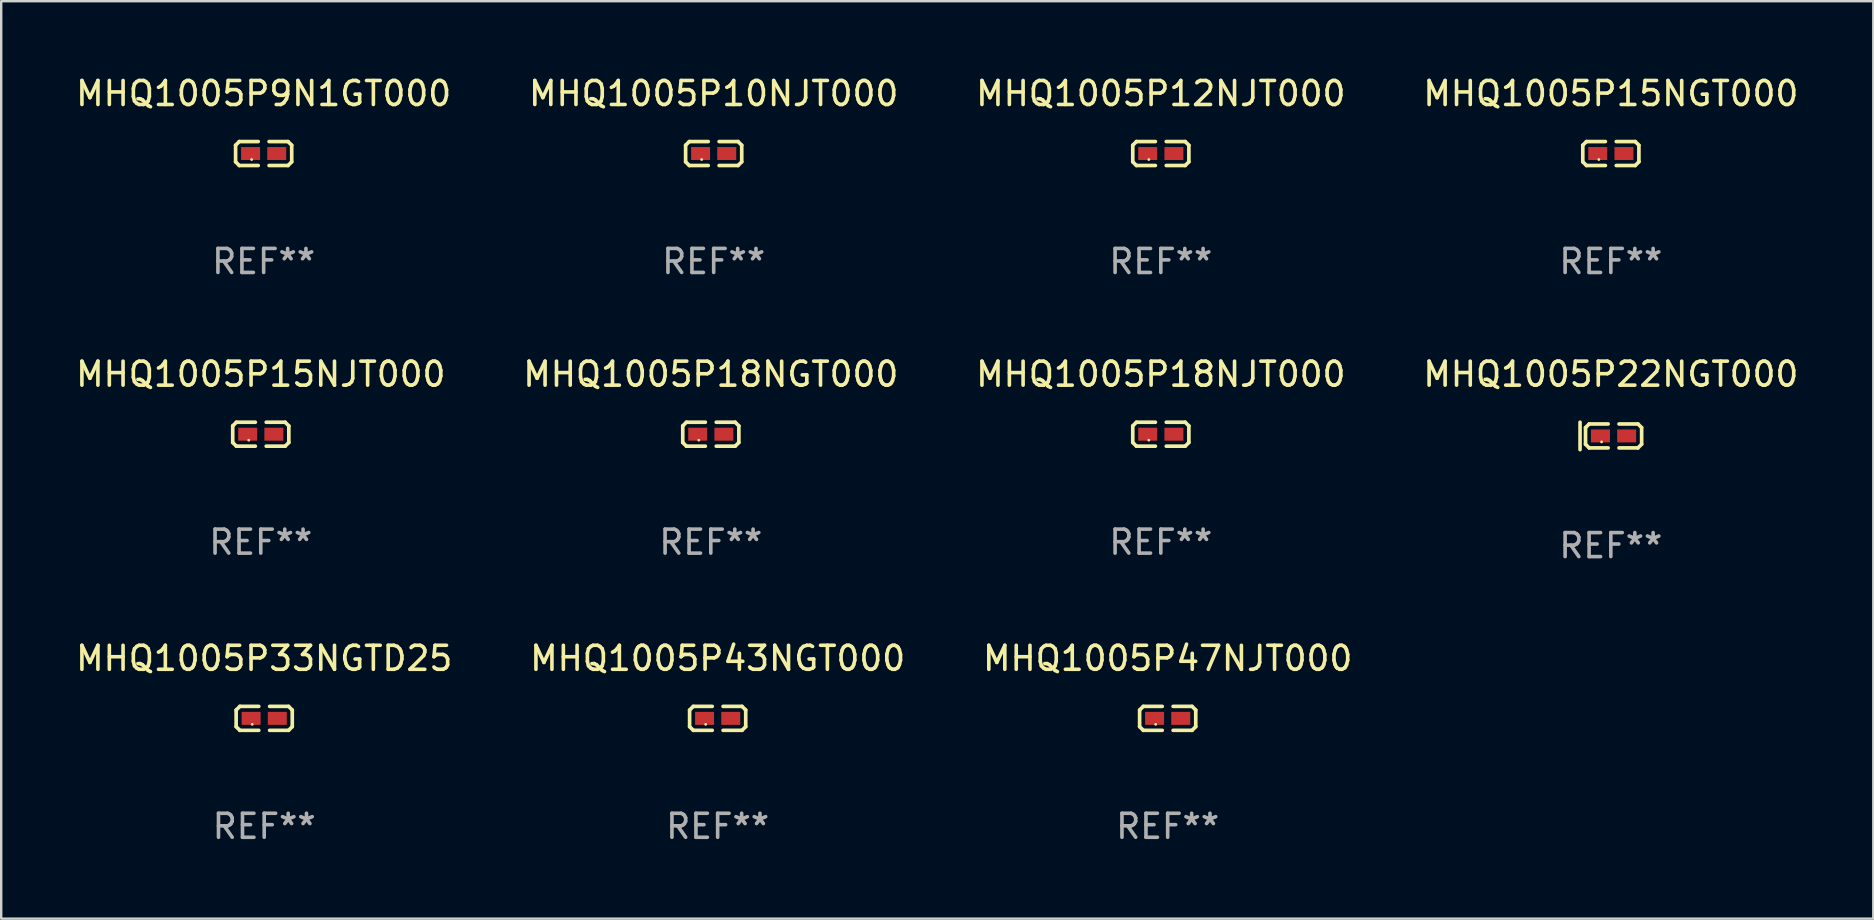
<source format=kicad_pcb>
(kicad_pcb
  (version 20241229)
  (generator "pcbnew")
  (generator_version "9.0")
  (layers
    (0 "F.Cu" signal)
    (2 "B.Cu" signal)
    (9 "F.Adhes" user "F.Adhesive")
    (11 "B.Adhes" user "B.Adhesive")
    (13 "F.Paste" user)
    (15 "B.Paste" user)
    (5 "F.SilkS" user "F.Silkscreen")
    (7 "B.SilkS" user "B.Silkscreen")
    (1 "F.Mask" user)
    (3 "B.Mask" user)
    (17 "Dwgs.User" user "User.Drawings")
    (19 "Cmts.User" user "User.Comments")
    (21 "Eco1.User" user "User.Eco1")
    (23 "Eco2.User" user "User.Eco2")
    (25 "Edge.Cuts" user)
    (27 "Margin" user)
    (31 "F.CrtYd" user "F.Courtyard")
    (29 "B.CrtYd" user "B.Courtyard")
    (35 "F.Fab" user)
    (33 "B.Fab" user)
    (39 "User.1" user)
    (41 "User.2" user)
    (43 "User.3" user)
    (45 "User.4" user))
  (footprint "MHQ1005P12NJT000"
    (layer "F.Cu")
    (at 45.315 3.347)
    (property "Reference" "MHQ1005P12NJT000" (at 0 -2.499 0) (layer "F.SilkS") (effects (font (size 1 1) (thickness 0.15))))
    (attr through_hole)
    (fp_line (start -1.169 -0.346) (end -1.016 -0.499) (stroke (width 0.152) (type solid)) (layer "F.SilkS"))
    (fp_line (start -1.169 0.346) (end -1.169 -0.346) (stroke (width 0.152) (type solid)) (layer "F.SilkS"))
    (fp_line (start -1.016 -0.499) (end -0.226 -0.499) (stroke (width 0.152) (type solid)) (layer "F.SilkS"))
    (fp_line (start -1.016 0.499) (end -1.169 0.346) (stroke (width 0.152) (type solid)) (layer "F.SilkS"))
    (fp_line (start -0.226 0.499) (end -1.016 0.499) (stroke (width 0.152) (type solid)) (layer "F.SilkS"))
    (fp_line (start 0.226 0.499) (end 1.016 0.499) (stroke (width 0.152) (type solid)) (layer "F.SilkS"))
    (fp_line (start 1.016 -0.499) (end 0.226 -0.499) (stroke (width 0.152) (type solid)) (layer "F.SilkS"))
    (fp_line (start 1.016 0.499) (end 1.169 0.346) (stroke (width 0.152) (type solid)) (layer "F.SilkS"))
    (fp_line (start 1.169 -0.346) (end 1.016 -0.499) (stroke (width 0.152) (type solid)) (layer "F.SilkS"))
    (fp_line (start 1.169 0.346) (end 1.169 -0.346) (stroke (width 0.152) (type solid)) (layer "F.SilkS"))
    (fp_circle (center -0.5 0.25) (end -0.47 0.25) (stroke (width 0.06) (type solid)) (fill no) (layer "F.SilkS"))
    (fp_text user "REF**" (at 0 4.499 0) (layer "F.Fab") (effects (font (size 1 1) (thickness 0.15))))
    (pad "1" smd rect (at -0.545 0) (size 0.79 0.54) (layers "F.Cu" "F.Mask" "F.Paste"))
    (pad "2" smd rect (at 0.545 0) (size 0.79 0.54) (layers "F.Cu" "F.Mask" "F.Paste")))
  (footprint "MHQ1005P10NJT000"
    (layer "F.Cu")
    (at 26.685 3.347)
    (property "Reference" "MHQ1005P10NJT000" (at 0 -2.499 0) (layer "F.SilkS") (effects (font (size 1 1) (thickness 0.15))))
    (attr through_hole)
    (fp_line (start -1.169 -0.346) (end -1.016 -0.499) (stroke (width 0.152) (type solid)) (layer "F.SilkS"))
    (fp_line (start -1.169 0.346) (end -1.169 -0.346) (stroke (width 0.152) (type solid)) (layer "F.SilkS"))
    (fp_line (start -1.016 -0.499) (end -0.226 -0.499) (stroke (width 0.152) (type solid)) (layer "F.SilkS"))
    (fp_line (start -1.016 0.499) (end -1.169 0.346) (stroke (width 0.152) (type solid)) (layer "F.SilkS"))
    (fp_line (start -0.226 0.499) (end -1.016 0.499) (stroke (width 0.152) (type solid)) (layer "F.SilkS"))
    (fp_line (start 0.226 0.499) (end 1.016 0.499) (stroke (width 0.152) (type solid)) (layer "F.SilkS"))
    (fp_line (start 1.016 -0.499) (end 0.226 -0.499) (stroke (width 0.152) (type solid)) (layer "F.SilkS"))
    (fp_line (start 1.016 0.499) (end 1.169 0.346) (stroke (width 0.152) (type solid)) (layer "F.SilkS"))
    (fp_line (start 1.169 -0.346) (end 1.016 -0.499) (stroke (width 0.152) (type solid)) (layer "F.SilkS"))
    (fp_line (start 1.169 0.346) (end 1.169 -0.346) (stroke (width 0.152) (type solid)) (layer "F.SilkS"))
    (fp_circle (center -0.5 0.25) (end -0.47 0.25) (stroke (width 0.06) (type solid)) (fill no) (layer "F.SilkS"))
    (fp_text user "REF**" (at 0 4.499 0) (layer "F.Fab") (effects (font (size 1 1) (thickness 0.15))))
    (pad "1" smd rect (at -0.545 0) (size 0.79 0.54) (layers "F.Cu" "F.Mask" "F.Paste"))
    (pad "2" smd rect (at 0.545 0) (size 0.79 0.54) (layers "F.Cu" "F.Mask" "F.Paste")))
  (footprint "MHQ1005P47NJT000"
    (layer "F.Cu")
    (at 45.601 26.88)
    (property "Reference" "MHQ1005P47NJT000" (at 0 -2.499 0) (layer "F.SilkS") (effects (font (size 1 1) (thickness 0.15))))
    (attr through_hole)
    (fp_line (start -1.169 -0.346) (end -1.016 -0.499) (stroke (width 0.152) (type solid)) (layer "F.SilkS"))
    (fp_line (start -1.169 0.346) (end -1.169 -0.346) (stroke (width 0.152) (type solid)) (layer "F.SilkS"))
    (fp_line (start -1.016 -0.499) (end -0.226 -0.499) (stroke (width 0.152) (type solid)) (layer "F.SilkS"))
    (fp_line (start -1.016 0.499) (end -1.169 0.346) (stroke (width 0.152) (type solid)) (layer "F.SilkS"))
    (fp_line (start -0.226 0.499) (end -1.016 0.499) (stroke (width 0.152) (type solid)) (layer "F.SilkS"))
    (fp_line (start 0.226 0.499) (end 1.016 0.499) (stroke (width 0.152) (type solid)) (layer "F.SilkS"))
    (fp_line (start 1.016 -0.499) (end 0.226 -0.499) (stroke (width 0.152) (type solid)) (layer "F.SilkS"))
    (fp_line (start 1.016 0.499) (end 1.169 0.346) (stroke (width 0.152) (type solid)) (layer "F.SilkS"))
    (fp_line (start 1.169 -0.346) (end 1.016 -0.499) (stroke (width 0.152) (type solid)) (layer "F.SilkS"))
    (fp_line (start 1.169 0.346) (end 1.169 -0.346) (stroke (width 0.152) (type solid)) (layer "F.SilkS"))
    (fp_circle (center -0.5 0.25) (end -0.47 0.25) (stroke (width 0.06) (type solid)) (fill no) (layer "F.SilkS"))
    (fp_text user "REF**" (at 0 4.499 0) (layer "F.Fab") (effects (font (size 1 1) (thickness 0.15))))
    (pad "1" smd rect (at -0.545 0) (size 0.79 0.54) (layers "F.Cu" "F.Mask" "F.Paste"))
    (pad "2" smd rect (at 0.545 0) (size 0.79 0.54) (layers "F.Cu" "F.Mask" "F.Paste")))
  (footprint "MHQ1005P18NJT000"
    (layer "F.Cu")
    (at 45.315 15.041)
    (property "Reference" "MHQ1005P18NJT000" (at 0 -2.499 0) (layer "F.SilkS") (effects (font (size 1 1) (thickness 0.15))))
    (attr through_hole)
    (fp_line (start -1.169 -0.346) (end -1.016 -0.499) (stroke (width 0.152) (type solid)) (layer "F.SilkS"))
    (fp_line (start -1.169 0.346) (end -1.169 -0.346) (stroke (width 0.152) (type solid)) (layer "F.SilkS"))
    (fp_line (start -1.016 -0.499) (end -0.226 -0.499) (stroke (width 0.152) (type solid)) (layer "F.SilkS"))
    (fp_line (start -1.016 0.499) (end -1.169 0.346) (stroke (width 0.152) (type solid)) (layer "F.SilkS"))
    (fp_line (start -0.226 0.499) (end -1.016 0.499) (stroke (width 0.152) (type solid)) (layer "F.SilkS"))
    (fp_line (start 0.226 0.499) (end 1.016 0.499) (stroke (width 0.152) (type solid)) (layer "F.SilkS"))
    (fp_line (start 1.016 -0.499) (end 0.226 -0.499) (stroke (width 0.152) (type solid)) (layer "F.SilkS"))
    (fp_line (start 1.016 0.499) (end 1.169 0.346) (stroke (width 0.152) (type solid)) (layer "F.SilkS"))
    (fp_line (start 1.169 -0.346) (end 1.016 -0.499) (stroke (width 0.152) (type solid)) (layer "F.SilkS"))
    (fp_line (start 1.169 0.346) (end 1.169 -0.346) (stroke (width 0.152) (type solid)) (layer "F.SilkS"))
    (fp_circle (center -0.5 0.25) (end -0.47 0.25) (stroke (width 0.06) (type solid)) (fill no) (layer "F.SilkS"))
    (fp_text user "REF**" (at 0 4.499 0) (layer "F.Fab") (effects (font (size 1 1) (thickness 0.15))))
    (pad "1" smd rect (at -0.545 0) (size 0.79 0.54) (layers "F.Cu" "F.Mask" "F.Paste"))
    (pad "2" smd rect (at 0.545 0) (size 0.79 0.54) (layers "F.Cu" "F.Mask" "F.Paste")))
  (footprint "MHQ1005P15NJT000"
    (layer "F.Cu")
    (at 7.815 15.041)
    (property "Reference" "MHQ1005P15NJT000" (at 0 -2.499 0) (layer "F.SilkS") (effects (font (size 1 1) (thickness 0.15))))
    (attr through_hole)
    (fp_line (start -1.169 -0.346) (end -1.016 -0.499) (stroke (width 0.152) (type solid)) (layer "F.SilkS"))
    (fp_line (start -1.169 0.346) (end -1.169 -0.346) (stroke (width 0.152) (type solid)) (layer "F.SilkS"))
    (fp_line (start -1.016 -0.499) (end -0.226 -0.499) (stroke (width 0.152) (type solid)) (layer "F.SilkS"))
    (fp_line (start -1.016 0.499) (end -1.169 0.346) (stroke (width 0.152) (type solid)) (layer "F.SilkS"))
    (fp_line (start -0.226 0.499) (end -1.016 0.499) (stroke (width 0.152) (type solid)) (layer "F.SilkS"))
    (fp_line (start 0.226 0.499) (end 1.016 0.499) (stroke (width 0.152) (type solid)) (layer "F.SilkS"))
    (fp_line (start 1.016 -0.499) (end 0.226 -0.499) (stroke (width 0.152) (type solid)) (layer "F.SilkS"))
    (fp_line (start 1.016 0.499) (end 1.169 0.346) (stroke (width 0.152) (type solid)) (layer "F.SilkS"))
    (fp_line (start 1.169 -0.346) (end 1.016 -0.499) (stroke (width 0.152) (type solid)) (layer "F.SilkS"))
    (fp_line (start 1.169 0.346) (end 1.169 -0.346) (stroke (width 0.152) (type solid)) (layer "F.SilkS"))
    (fp_circle (center -0.5 0.25) (end -0.47 0.25) (stroke (width 0.06) (type solid)) (fill no) (layer "F.SilkS"))
    (fp_text user "REF**" (at 0 4.499 0) (layer "F.Fab") (effects (font (size 1 1) (thickness 0.15))))
    (pad "1" smd rect (at -0.545 0) (size 0.79 0.54) (layers "F.Cu" "F.Mask" "F.Paste"))
    (pad "2" smd rect (at 0.545 0) (size 0.79 0.54) (layers "F.Cu" "F.Mask" "F.Paste")))
  (footprint "MHQ1005P18NGT000"
    (layer "F.Cu")
    (at 26.565 15.041)
    (property "Reference" "MHQ1005P18NGT000" (at 0 -2.499 0) (layer "F.SilkS") (effects (font (size 1 1) (thickness 0.15))))
    (attr through_hole)
    (fp_line (start -1.169 -0.346) (end -1.016 -0.499) (stroke (width 0.152) (type solid)) (layer "F.SilkS"))
    (fp_line (start -1.169 0.346) (end -1.169 -0.346) (stroke (width 0.152) (type solid)) (layer "F.SilkS"))
    (fp_line (start -1.016 -0.499) (end -0.226 -0.499) (stroke (width 0.152) (type solid)) (layer "F.SilkS"))
    (fp_line (start -1.016 0.499) (end -1.169 0.346) (stroke (width 0.152) (type solid)) (layer "F.SilkS"))
    (fp_line (start -0.226 0.499) (end -1.016 0.499) (stroke (width 0.152) (type solid)) (layer "F.SilkS"))
    (fp_line (start 0.226 0.499) (end 1.016 0.499) (stroke (width 0.152) (type solid)) (layer "F.SilkS"))
    (fp_line (start 1.016 -0.499) (end 0.226 -0.499) (stroke (width 0.152) (type solid)) (layer "F.SilkS"))
    (fp_line (start 1.016 0.499) (end 1.169 0.346) (stroke (width 0.152) (type solid)) (layer "F.SilkS"))
    (fp_line (start 1.169 -0.346) (end 1.016 -0.499) (stroke (width 0.152) (type solid)) (layer "F.SilkS"))
    (fp_line (start 1.169 0.346) (end 1.169 -0.346) (stroke (width 0.152) (type solid)) (layer "F.SilkS"))
    (fp_circle (center -0.5 0.25) (end -0.47 0.25) (stroke (width 0.06) (type solid)) (fill no) (layer "F.SilkS"))
    (fp_text user "REF**" (at 0 4.499 0) (layer "F.Fab") (effects (font (size 1 1) (thickness 0.15))))
    (pad "1" smd rect (at -0.545 0) (size 0.79 0.54) (layers "F.Cu" "F.Mask" "F.Paste"))
    (pad "2" smd rect (at 0.545 0) (size 0.79 0.54) (layers "F.Cu" "F.Mask" "F.Paste")))
  (footprint "MHQ1005P43NGT000"
    (layer "F.Cu")
    (at 26.851 26.88)
    (property "Reference" "MHQ1005P43NGT000" (at 0 -2.499 0) (layer "F.SilkS") (effects (font (size 1 1) (thickness 0.15))))
    (attr through_hole)
    (fp_line (start -1.169 -0.346) (end -1.016 -0.499) (stroke (width 0.152) (type solid)) (layer "F.SilkS"))
    (fp_line (start -1.169 0.346) (end -1.169 -0.346) (stroke (width 0.152) (type solid)) (layer "F.SilkS"))
    (fp_line (start -1.016 -0.499) (end -0.226 -0.499) (stroke (width 0.152) (type solid)) (layer "F.SilkS"))
    (fp_line (start -1.016 0.499) (end -1.169 0.346) (stroke (width 0.152) (type solid)) (layer "F.SilkS"))
    (fp_line (start -0.226 0.499) (end -1.016 0.499) (stroke (width 0.152) (type solid)) (layer "F.SilkS"))
    (fp_line (start 0.226 0.499) (end 1.016 0.499) (stroke (width 0.152) (type solid)) (layer "F.SilkS"))
    (fp_line (start 1.016 -0.499) (end 0.226 -0.499) (stroke (width 0.152) (type solid)) (layer "F.SilkS"))
    (fp_line (start 1.016 0.499) (end 1.169 0.346) (stroke (width 0.152) (type solid)) (layer "F.SilkS"))
    (fp_line (start 1.169 -0.346) (end 1.016 -0.499) (stroke (width 0.152) (type solid)) (layer "F.SilkS"))
    (fp_line (start 1.169 0.346) (end 1.169 -0.346) (stroke (width 0.152) (type solid)) (layer "F.SilkS"))
    (fp_circle (center -0.5 0.25) (end -0.47 0.25) (stroke (width 0.06) (type solid)) (fill no) (layer "F.SilkS"))
    (fp_text user "REF**" (at 0 4.499 0) (layer "F.Fab") (effects (font (size 1 1) (thickness 0.15))))
    (pad "1" smd rect (at -0.545 0) (size 0.79 0.54) (layers "F.Cu" "F.Mask" "F.Paste"))
    (pad "2" smd rect (at 0.545 0) (size 0.79 0.54) (layers "F.Cu" "F.Mask" "F.Paste")))
  (footprint "MHQ1005P33NGTD25"
    (layer "F.Cu")
    (at 7.958 26.88)
    (property "Reference" "MHQ1005P33NGTD25" (at 0 -2.499 0) (layer "F.SilkS") (effects (font (size 1 1) (thickness 0.15))))
    (attr through_hole)
    (fp_line (start -1.169 -0.346) (end -1.016 -0.499) (stroke (width 0.152) (type solid)) (layer "F.SilkS"))
    (fp_line (start -1.169 0.346) (end -1.169 -0.346) (stroke (width 0.152) (type solid)) (layer "F.SilkS"))
    (fp_line (start -1.016 -0.499) (end -0.226 -0.499) (stroke (width 0.152) (type solid)) (layer "F.SilkS"))
    (fp_line (start -1.016 0.499) (end -1.169 0.346) (stroke (width 0.152) (type solid)) (layer "F.SilkS"))
    (fp_line (start -0.226 0.499) (end -1.016 0.499) (stroke (width 0.152) (type solid)) (layer "F.SilkS"))
    (fp_line (start 0.226 0.499) (end 1.016 0.499) (stroke (width 0.152) (type solid)) (layer "F.SilkS"))
    (fp_line (start 1.016 -0.499) (end 0.226 -0.499) (stroke (width 0.152) (type solid)) (layer "F.SilkS"))
    (fp_line (start 1.016 0.499) (end 1.169 0.346) (stroke (width 0.152) (type solid)) (layer "F.SilkS"))
    (fp_line (start 1.169 -0.346) (end 1.016 -0.499) (stroke (width 0.152) (type solid)) (layer "F.SilkS"))
    (fp_line (start 1.169 0.346) (end 1.169 -0.346) (stroke (width 0.152) (type solid)) (layer "F.SilkS"))
    (fp_circle (center -0.5 0.25) (end -0.47 0.25) (stroke (width 0.06) (type solid)) (fill no) (layer "F.SilkS"))
    (fp_text user "REF**" (at 0 4.499 0) (layer "F.Fab") (effects (font (size 1 1) (thickness 0.15))))
    (pad "1" smd rect (at -0.545 0) (size 0.79 0.54) (layers "F.Cu" "F.Mask" "F.Paste"))
    (pad "2" smd rect (at 0.545 0) (size 0.79 0.54) (layers "F.Cu" "F.Mask" "F.Paste")))
  (footprint "MHQ1005P9N1GT000"
    (layer "F.Cu")
    (at 7.935 3.347)
    (property "Reference" "MHQ1005P9N1GT000" (at 0 -2.499 0) (layer "F.SilkS") (effects (font (size 1 1) (thickness 0.15))))
    (attr through_hole)
    (fp_line (start -1.169 -0.346) (end -1.016 -0.499) (stroke (width 0.152) (type solid)) (layer "F.SilkS"))
    (fp_line (start -1.169 0.346) (end -1.169 -0.346) (stroke (width 0.152) (type solid)) (layer "F.SilkS"))
    (fp_line (start -1.016 -0.499) (end -0.226 -0.499) (stroke (width 0.152) (type solid)) (layer "F.SilkS"))
    (fp_line (start -1.016 0.499) (end -1.169 0.346) (stroke (width 0.152) (type solid)) (layer "F.SilkS"))
    (fp_line (start -0.226 0.499) (end -1.016 0.499) (stroke (width 0.152) (type solid)) (layer "F.SilkS"))
    (fp_line (start 0.226 0.499) (end 1.016 0.499) (stroke (width 0.152) (type solid)) (layer "F.SilkS"))
    (fp_line (start 1.016 -0.499) (end 0.226 -0.499) (stroke (width 0.152) (type solid)) (layer "F.SilkS"))
    (fp_line (start 1.016 0.499) (end 1.169 0.346) (stroke (width 0.152) (type solid)) (layer "F.SilkS"))
    (fp_line (start 1.169 -0.346) (end 1.016 -0.499) (stroke (width 0.152) (type solid)) (layer "F.SilkS"))
    (fp_line (start 1.169 0.346) (end 1.169 -0.346) (stroke (width 0.152) (type solid)) (layer "F.SilkS"))
    (fp_circle (center -0.5 0.25) (end -0.47 0.25) (stroke (width 0.06) (type solid)) (fill no) (layer "F.SilkS"))
    (fp_text user "REF**" (at 0 4.499 0) (layer "F.Fab") (effects (font (size 1 1) (thickness 0.15))))
    (pad "1" smd rect (at -0.545 0) (size 0.79 0.54) (layers "F.Cu" "F.Mask" "F.Paste"))
    (pad "2" smd rect (at 0.545 0) (size 0.79 0.54) (layers "F.Cu" "F.Mask" "F.Paste")))
  (footprint "MHQ1005P15NGT000"
    (layer "F.Cu")
    (at 64.065 3.347)
    (property "Reference" "MHQ1005P15NGT000" (at 0 -2.499 0) (layer "F.SilkS") (effects (font (size 1 1) (thickness 0.15))))
    (attr through_hole)
    (fp_line (start -1.169 -0.346) (end -1.016 -0.499) (stroke (width 0.152) (type solid)) (layer "F.SilkS"))
    (fp_line (start -1.169 0.346) (end -1.169 -0.346) (stroke (width 0.152) (type solid)) (layer "F.SilkS"))
    (fp_line (start -1.016 -0.499) (end -0.226 -0.499) (stroke (width 0.152) (type solid)) (layer "F.SilkS"))
    (fp_line (start -1.016 0.499) (end -1.169 0.346) (stroke (width 0.152) (type solid)) (layer "F.SilkS"))
    (fp_line (start -0.226 0.499) (end -1.016 0.499) (stroke (width 0.152) (type solid)) (layer "F.SilkS"))
    (fp_line (start 0.226 0.499) (end 1.016 0.499) (stroke (width 0.152) (type solid)) (layer "F.SilkS"))
    (fp_line (start 1.016 -0.499) (end 0.226 -0.499) (stroke (width 0.152) (type solid)) (layer "F.SilkS"))
    (fp_line (start 1.016 0.499) (end 1.169 0.346) (stroke (width 0.152) (type solid)) (layer "F.SilkS"))
    (fp_line (start 1.169 -0.346) (end 1.016 -0.499) (stroke (width 0.152) (type solid)) (layer "F.SilkS"))
    (fp_line (start 1.169 0.346) (end 1.169 -0.346) (stroke (width 0.152) (type solid)) (layer "F.SilkS"))
    (fp_circle (center -0.5 0.25) (end -0.47 0.25) (stroke (width 0.06) (type solid)) (fill no) (layer "F.SilkS"))
    (fp_text user "REF**" (at 0 4.499 0) (layer "F.Fab") (effects (font (size 1 1) (thickness 0.15))))
    (pad "1" smd rect (at -0.545 0) (size 0.79 0.54) (layers "F.Cu" "F.Mask" "F.Paste"))
    (pad "2" smd rect (at 0.545 0) (size 0.79 0.54) (layers "F.Cu" "F.Mask" "F.Paste")))
  (footprint "MHQ1005P22NGT000"
    (layer "F.Cu")
    (at 64.065 15.113)
    (property "Reference" "MHQ1005P22NGT000" (at 0 -2.572 0) (layer "F.SilkS") (effects (font (size 1 1) (thickness 0.15))))
    (attr through_hole)
    (fp_line (start -1.283 -0.572) (end -1.283 0.572) (stroke (width 0.15) (type solid)) (layer "F.SilkS"))
    (fp_line (start -1.055 -0.346) (end -0.902 -0.499) (stroke (width 0.152) (type solid)) (layer "F.SilkS"))
    (fp_line (start -1.055 0.346) (end -1.055 -0.346) (stroke (width 0.152) (type solid)) (layer "F.SilkS"))
    (fp_line (start -0.902 -0.499) (end -0.112 -0.499) (stroke (width 0.152) (type solid)) (layer "F.SilkS"))
    (fp_line (start -0.902 0.499) (end -1.055 0.346) (stroke (width 0.152) (type solid)) (layer "F.SilkS"))
    (fp_line (start -0.112 0.499) (end -0.902 0.499) (stroke (width 0.152) (type solid)) (layer "F.SilkS"))
    (fp_line (start 0.34 0.499) (end 1.13 0.499) (stroke (width 0.152) (type solid)) (layer "F.SilkS"))
    (fp_line (start 1.13 -0.499) (end 0.34 -0.499) (stroke (width 0.152) (type solid)) (layer "F.SilkS"))
    (fp_line (start 1.13 0.499) (end 1.283 0.346) (stroke (width 0.152) (type solid)) (layer "F.SilkS"))
    (fp_line (start 1.283 -0.346) (end 1.13 -0.499) (stroke (width 0.152) (type solid)) (layer "F.SilkS"))
    (fp_line (start 1.283 0.346) (end 1.283 -0.346) (stroke (width 0.152) (type solid)) (layer "F.SilkS"))
    (fp_circle (center -0.386 0.25) (end -0.356 0.25) (stroke (width 0.06) (type solid)) (fill no) (layer "F.SilkS"))
    (fp_text user "REF**" (at 0 4.572 0) (layer "F.Fab") (effects (font (size 1 1) (thickness 0.15))))
    (pad "1" smd rect (at -0.431 0) (size 0.79 0.54) (layers "F.Cu" "F.Mask" "F.Paste"))
    (pad "2" smd rect (at 0.659 0) (size 0.79 0.54) (layers "F.Cu" "F.Mask" "F.Paste")))
  (gr_rect
    (start -3 -3)
    (end 75 35.227)
    (stroke (width 0.1) (type default))
    (fill no)
    (layer "Edge.Cuts")))
</source>
